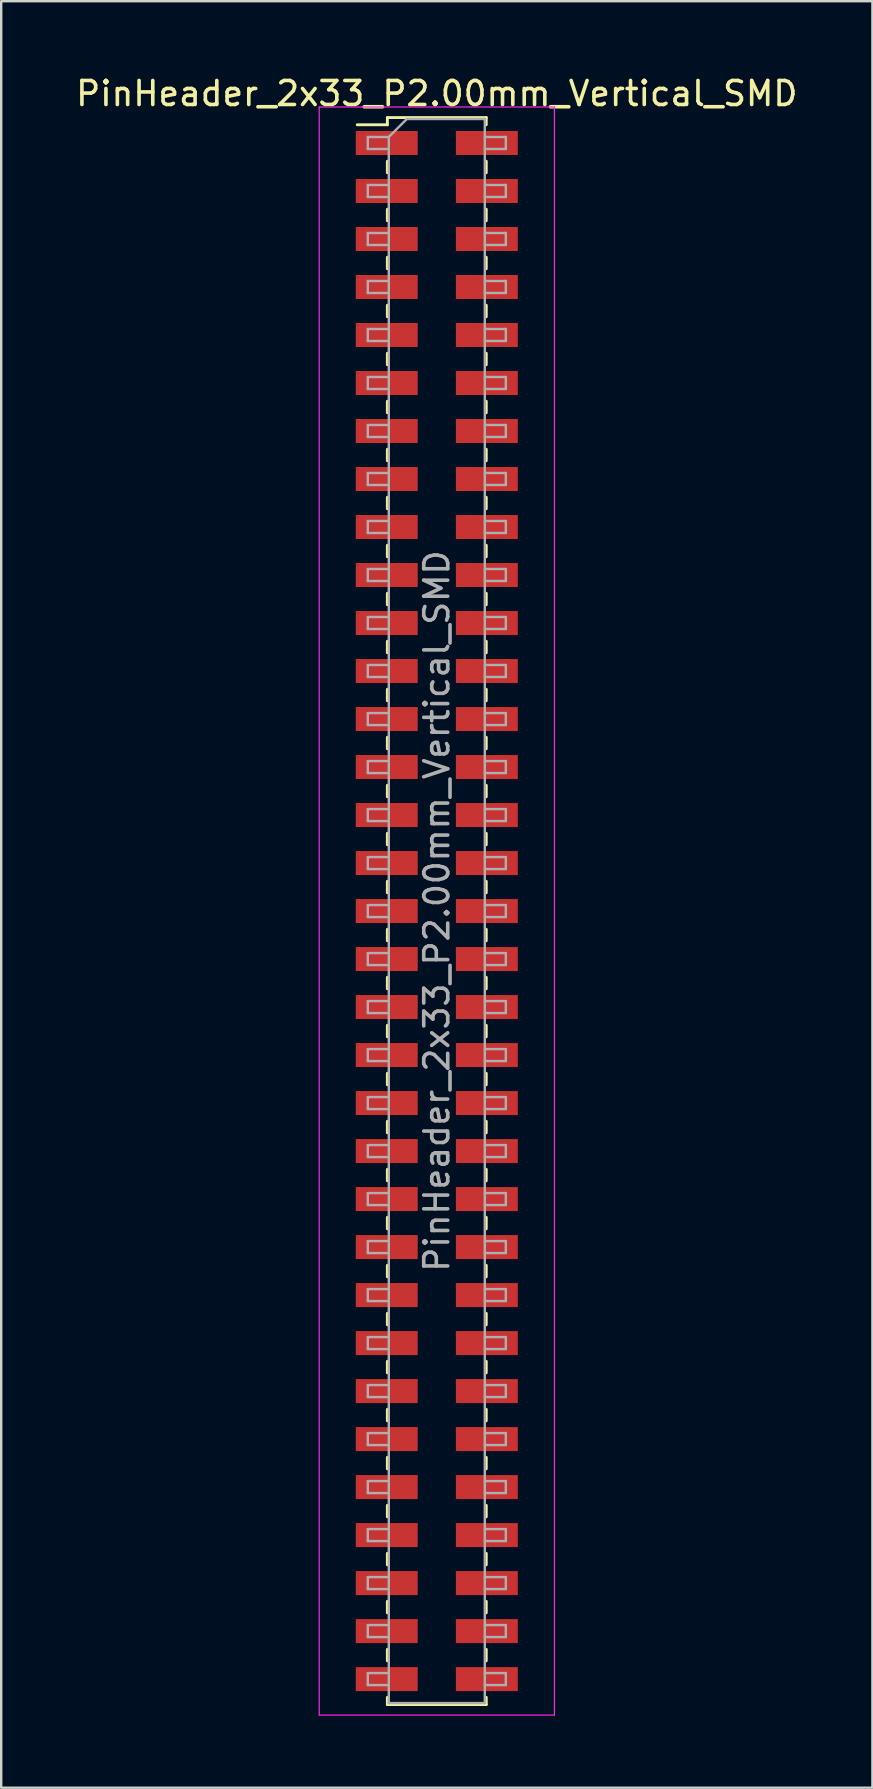
<source format=kicad_pcb>
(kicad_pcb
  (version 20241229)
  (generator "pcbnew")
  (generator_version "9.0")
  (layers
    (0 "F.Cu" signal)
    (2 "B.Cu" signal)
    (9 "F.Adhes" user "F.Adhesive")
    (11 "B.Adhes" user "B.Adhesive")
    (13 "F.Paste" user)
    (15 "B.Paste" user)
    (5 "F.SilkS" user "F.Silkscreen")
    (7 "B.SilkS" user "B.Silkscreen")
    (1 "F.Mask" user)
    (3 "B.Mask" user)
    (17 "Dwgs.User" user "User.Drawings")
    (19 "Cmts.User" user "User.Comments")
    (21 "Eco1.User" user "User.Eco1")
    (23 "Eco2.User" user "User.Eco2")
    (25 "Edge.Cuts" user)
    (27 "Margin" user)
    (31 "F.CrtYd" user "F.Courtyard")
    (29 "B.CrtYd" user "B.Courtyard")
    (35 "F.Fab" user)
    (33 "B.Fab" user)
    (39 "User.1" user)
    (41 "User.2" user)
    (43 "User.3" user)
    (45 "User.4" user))
  (footprint "PinHeader_2x33_P2.00mm_Vertical_SMD"
    (layer "F.Cu")
    (at 15.149 34.908)
    (property "Reference" "PinHeader_2x33_P2.00mm_Vertical_SMD" (at 0 -34.06 0) (layer "F.SilkS") (effects (font (size 1 1) (thickness 0.15))))
    (attr smd)
    (fp_line (start -3.315 -32.76) (end -2.06 -32.76) (stroke (width 0.12) (type solid)) (layer "F.SilkS"))
    (fp_line (start -2.06 -33.06) (end -2.06 -32.76) (stroke (width 0.12) (type solid)) (layer "F.SilkS"))
    (fp_line (start -2.06 -33.06) (end 2.06 -33.06) (stroke (width 0.12) (type solid)) (layer "F.SilkS"))
    (fp_line (start -2.06 -31.24) (end -2.06 -30.76) (stroke (width 0.12) (type solid)) (layer "F.SilkS"))
    (fp_line (start -2.06 -29.24) (end -2.06 -28.76) (stroke (width 0.12) (type solid)) (layer "F.SilkS"))
    (fp_line (start -2.06 -27.24) (end -2.06 -26.76) (stroke (width 0.12) (type solid)) (layer "F.SilkS"))
    (fp_line (start -2.06 -25.24) (end -2.06 -24.76) (stroke (width 0.12) (type solid)) (layer "F.SilkS"))
    (fp_line (start -2.06 -23.24) (end -2.06 -22.76) (stroke (width 0.12) (type solid)) (layer "F.SilkS"))
    (fp_line (start -2.06 -21.24) (end -2.06 -20.76) (stroke (width 0.12) (type solid)) (layer "F.SilkS"))
    (fp_line (start -2.06 -19.24) (end -2.06 -18.76) (stroke (width 0.12) (type solid)) (layer "F.SilkS"))
    (fp_line (start -2.06 -17.24) (end -2.06 -16.76) (stroke (width 0.12) (type solid)) (layer "F.SilkS"))
    (fp_line (start -2.06 -15.24) (end -2.06 -14.76) (stroke (width 0.12) (type solid)) (layer "F.SilkS"))
    (fp_line (start -2.06 -13.24) (end -2.06 -12.76) (stroke (width 0.12) (type solid)) (layer "F.SilkS"))
    (fp_line (start -2.06 -11.24) (end -2.06 -10.76) (stroke (width 0.12) (type solid)) (layer "F.SilkS"))
    (fp_line (start -2.06 -9.24) (end -2.06 -8.76) (stroke (width 0.12) (type solid)) (layer "F.SilkS"))
    (fp_line (start -2.06 -7.24) (end -2.06 -6.76) (stroke (width 0.12) (type solid)) (layer "F.SilkS"))
    (fp_line (start -2.06 -5.24) (end -2.06 -4.76) (stroke (width 0.12) (type solid)) (layer "F.SilkS"))
    (fp_line (start -2.06 -3.24) (end -2.06 -2.76) (stroke (width 0.12) (type solid)) (layer "F.SilkS"))
    (fp_line (start -2.06 -1.24) (end -2.06 -0.76) (stroke (width 0.12) (type solid)) (layer "F.SilkS"))
    (fp_line (start -2.06 0.76) (end -2.06 1.24) (stroke (width 0.12) (type solid)) (layer "F.SilkS"))
    (fp_line (start -2.06 2.76) (end -2.06 3.24) (stroke (width 0.12) (type solid)) (layer "F.SilkS"))
    (fp_line (start -2.06 4.76) (end -2.06 5.24) (stroke (width 0.12) (type solid)) (layer "F.SilkS"))
    (fp_line (start -2.06 6.76) (end -2.06 7.24) (stroke (width 0.12) (type solid)) (layer "F.SilkS"))
    (fp_line (start -2.06 8.76) (end -2.06 9.24) (stroke (width 0.12) (type solid)) (layer "F.SilkS"))
    (fp_line (start -2.06 10.76) (end -2.06 11.24) (stroke (width 0.12) (type solid)) (layer "F.SilkS"))
    (fp_line (start -2.06 12.76) (end -2.06 13.24) (stroke (width 0.12) (type solid)) (layer "F.SilkS"))
    (fp_line (start -2.06 14.76) (end -2.06 15.24) (stroke (width 0.12) (type solid)) (layer "F.SilkS"))
    (fp_line (start -2.06 16.76) (end -2.06 17.24) (stroke (width 0.12) (type solid)) (layer "F.SilkS"))
    (fp_line (start -2.06 18.76) (end -2.06 19.24) (stroke (width 0.12) (type solid)) (layer "F.SilkS"))
    (fp_line (start -2.06 20.76) (end -2.06 21.24) (stroke (width 0.12) (type solid)) (layer "F.SilkS"))
    (fp_line (start -2.06 22.76) (end -2.06 23.24) (stroke (width 0.12) (type solid)) (layer "F.SilkS"))
    (fp_line (start -2.06 24.76) (end -2.06 25.24) (stroke (width 0.12) (type solid)) (layer "F.SilkS"))
    (fp_line (start -2.06 26.76) (end -2.06 27.24) (stroke (width 0.12) (type solid)) (layer "F.SilkS"))
    (fp_line (start -2.06 28.76) (end -2.06 29.24) (stroke (width 0.12) (type solid)) (layer "F.SilkS"))
    (fp_line (start -2.06 30.76) (end -2.06 31.24) (stroke (width 0.12) (type solid)) (layer "F.SilkS"))
    (fp_line (start -2.06 32.76) (end -2.06 33.06) (stroke (width 0.12) (type solid)) (layer "F.SilkS"))
    (fp_line (start -2.06 33.06) (end 2.06 33.06) (stroke (width 0.12) (type solid)) (layer "F.SilkS"))
    (fp_line (start 2.06 -33.06) (end 2.06 -32.76) (stroke (width 0.12) (type solid)) (layer "F.SilkS"))
    (fp_line (start 2.06 -31.24) (end 2.06 -30.76) (stroke (width 0.12) (type solid)) (layer "F.SilkS"))
    (fp_line (start 2.06 -29.24) (end 2.06 -28.76) (stroke (width 0.12) (type solid)) (layer "F.SilkS"))
    (fp_line (start 2.06 -27.24) (end 2.06 -26.76) (stroke (width 0.12) (type solid)) (layer "F.SilkS"))
    (fp_line (start 2.06 -25.24) (end 2.06 -24.76) (stroke (width 0.12) (type solid)) (layer "F.SilkS"))
    (fp_line (start 2.06 -23.24) (end 2.06 -22.76) (stroke (width 0.12) (type solid)) (layer "F.SilkS"))
    (fp_line (start 2.06 -21.24) (end 2.06 -20.76) (stroke (width 0.12) (type solid)) (layer "F.SilkS"))
    (fp_line (start 2.06 -19.24) (end 2.06 -18.76) (stroke (width 0.12) (type solid)) (layer "F.SilkS"))
    (fp_line (start 2.06 -17.24) (end 2.06 -16.76) (stroke (width 0.12) (type solid)) (layer "F.SilkS"))
    (fp_line (start 2.06 -15.24) (end 2.06 -14.76) (stroke (width 0.12) (type solid)) (layer "F.SilkS"))
    (fp_line (start 2.06 -13.24) (end 2.06 -12.76) (stroke (width 0.12) (type solid)) (layer "F.SilkS"))
    (fp_line (start 2.06 -11.24) (end 2.06 -10.76) (stroke (width 0.12) (type solid)) (layer "F.SilkS"))
    (fp_line (start 2.06 -9.24) (end 2.06 -8.76) (stroke (width 0.12) (type solid)) (layer "F.SilkS"))
    (fp_line (start 2.06 -7.24) (end 2.06 -6.76) (stroke (width 0.12) (type solid)) (layer "F.SilkS"))
    (fp_line (start 2.06 -5.24) (end 2.06 -4.76) (stroke (width 0.12) (type solid)) (layer "F.SilkS"))
    (fp_line (start 2.06 -3.24) (end 2.06 -2.76) (stroke (width 0.12) (type solid)) (layer "F.SilkS"))
    (fp_line (start 2.06 -1.24) (end 2.06 -0.76) (stroke (width 0.12) (type solid)) (layer "F.SilkS"))
    (fp_line (start 2.06 0.76) (end 2.06 1.24) (stroke (width 0.12) (type solid)) (layer "F.SilkS"))
    (fp_line (start 2.06 2.76) (end 2.06 3.24) (stroke (width 0.12) (type solid)) (layer "F.SilkS"))
    (fp_line (start 2.06 4.76) (end 2.06 5.24) (stroke (width 0.12) (type solid)) (layer "F.SilkS"))
    (fp_line (start 2.06 6.76) (end 2.06 7.24) (stroke (width 0.12) (type solid)) (layer "F.SilkS"))
    (fp_line (start 2.06 8.76) (end 2.06 9.24) (stroke (width 0.12) (type solid)) (layer "F.SilkS"))
    (fp_line (start 2.06 10.76) (end 2.06 11.24) (stroke (width 0.12) (type solid)) (layer "F.SilkS"))
    (fp_line (start 2.06 12.76) (end 2.06 13.24) (stroke (width 0.12) (type solid)) (layer "F.SilkS"))
    (fp_line (start 2.06 14.76) (end 2.06 15.24) (stroke (width 0.12) (type solid)) (layer "F.SilkS"))
    (fp_line (start 2.06 16.76) (end 2.06 17.24) (stroke (width 0.12) (type solid)) (layer "F.SilkS"))
    (fp_line (start 2.06 18.76) (end 2.06 19.24) (stroke (width 0.12) (type solid)) (layer "F.SilkS"))
    (fp_line (start 2.06 20.76) (end 2.06 21.24) (stroke (width 0.12) (type solid)) (layer "F.SilkS"))
    (fp_line (start 2.06 22.76) (end 2.06 23.24) (stroke (width 0.12) (type solid)) (layer "F.SilkS"))
    (fp_line (start 2.06 24.76) (end 2.06 25.24) (stroke (width 0.12) (type solid)) (layer "F.SilkS"))
    (fp_line (start 2.06 26.76) (end 2.06 27.24) (stroke (width 0.12) (type solid)) (layer "F.SilkS"))
    (fp_line (start 2.06 28.76) (end 2.06 29.24) (stroke (width 0.12) (type solid)) (layer "F.SilkS"))
    (fp_line (start 2.06 30.76) (end 2.06 31.24) (stroke (width 0.12) (type solid)) (layer "F.SilkS"))
    (fp_line (start 2.06 32.76) (end 2.06 33.06) (stroke (width 0.12) (type solid)) (layer "F.SilkS"))
    (fp_line (start -4.9 -33.5) (end -4.9 33.5) (stroke (width 0.05) (type solid)) (layer "F.CrtYd"))
    (fp_line (start -4.9 33.5) (end 4.9 33.5) (stroke (width 0.05) (type solid)) (layer "F.CrtYd"))
    (fp_line (start 4.9 -33.5) (end -4.9 -33.5) (stroke (width 0.05) (type solid)) (layer "F.CrtYd"))
    (fp_line (start 4.9 33.5) (end 4.9 -33.5) (stroke (width 0.05) (type solid)) (layer "F.CrtYd"))
    (fp_line (start -2.875 -32.25) (end -2.875 -31.75) (stroke (width 0.1) (type solid)) (layer "F.Fab"))
    (fp_line (start -2.875 -31.75) (end -2 -31.75) (stroke (width 0.1) (type solid)) (layer "F.Fab"))
    (fp_line (start -2.875 -30.25) (end -2.875 -29.75) (stroke (width 0.1) (type solid)) (layer "F.Fab"))
    (fp_line (start -2.875 -29.75) (end -2 -29.75) (stroke (width 0.1) (type solid)) (layer "F.Fab"))
    (fp_line (start -2.875 -28.25) (end -2.875 -27.75) (stroke (width 0.1) (type solid)) (layer "F.Fab"))
    (fp_line (start -2.875 -27.75) (end -2 -27.75) (stroke (width 0.1) (type solid)) (layer "F.Fab"))
    (fp_line (start -2.875 -26.25) (end -2.875 -25.75) (stroke (width 0.1) (type solid)) (layer "F.Fab"))
    (fp_line (start -2.875 -25.75) (end -2 -25.75) (stroke (width 0.1) (type solid)) (layer "F.Fab"))
    (fp_line (start -2.875 -24.25) (end -2.875 -23.75) (stroke (width 0.1) (type solid)) (layer "F.Fab"))
    (fp_line (start -2.875 -23.75) (end -2 -23.75) (stroke (width 0.1) (type solid)) (layer "F.Fab"))
    (fp_line (start -2.875 -22.25) (end -2.875 -21.75) (stroke (width 0.1) (type solid)) (layer "F.Fab"))
    (fp_line (start -2.875 -21.75) (end -2 -21.75) (stroke (width 0.1) (type solid)) (layer "F.Fab"))
    (fp_line (start -2.875 -20.25) (end -2.875 -19.75) (stroke (width 0.1) (type solid)) (layer "F.Fab"))
    (fp_line (start -2.875 -19.75) (end -2 -19.75) (stroke (width 0.1) (type solid)) (layer "F.Fab"))
    (fp_line (start -2.875 -18.25) (end -2.875 -17.75) (stroke (width 0.1) (type solid)) (layer "F.Fab"))
    (fp_line (start -2.875 -17.75) (end -2 -17.75) (stroke (width 0.1) (type solid)) (layer "F.Fab"))
    (fp_line (start -2.875 -16.25) (end -2.875 -15.75) (stroke (width 0.1) (type solid)) (layer "F.Fab"))
    (fp_line (start -2.875 -15.75) (end -2 -15.75) (stroke (width 0.1) (type solid)) (layer "F.Fab"))
    (fp_line (start -2.875 -14.25) (end -2.875 -13.75) (stroke (width 0.1) (type solid)) (layer "F.Fab"))
    (fp_line (start -2.875 -13.75) (end -2 -13.75) (stroke (width 0.1) (type solid)) (layer "F.Fab"))
    (fp_line (start -2.875 -12.25) (end -2.875 -11.75) (stroke (width 0.1) (type solid)) (layer "F.Fab"))
    (fp_line (start -2.875 -11.75) (end -2 -11.75) (stroke (width 0.1) (type solid)) (layer "F.Fab"))
    (fp_line (start -2.875 -10.25) (end -2.875 -9.75) (stroke (width 0.1) (type solid)) (layer "F.Fab"))
    (fp_line (start -2.875 -9.75) (end -2 -9.75) (stroke (width 0.1) (type solid)) (layer "F.Fab"))
    (fp_line (start -2.875 -8.25) (end -2.875 -7.75) (stroke (width 0.1) (type solid)) (layer "F.Fab"))
    (fp_line (start -2.875 -7.75) (end -2 -7.75) (stroke (width 0.1) (type solid)) (layer "F.Fab"))
    (fp_line (start -2.875 -6.25) (end -2.875 -5.75) (stroke (width 0.1) (type solid)) (layer "F.Fab"))
    (fp_line (start -2.875 -5.75) (end -2 -5.75) (stroke (width 0.1) (type solid)) (layer "F.Fab"))
    (fp_line (start -2.875 -4.25) (end -2.875 -3.75) (stroke (width 0.1) (type solid)) (layer "F.Fab"))
    (fp_line (start -2.875 -3.75) (end -2 -3.75) (stroke (width 0.1) (type solid)) (layer "F.Fab"))
    (fp_line (start -2.875 -2.25) (end -2.875 -1.75) (stroke (width 0.1) (type solid)) (layer "F.Fab"))
    (fp_line (start -2.875 -1.75) (end -2 -1.75) (stroke (width 0.1) (type solid)) (layer "F.Fab"))
    (fp_line (start -2.875 -0.25) (end -2.875 0.25) (stroke (width 0.1) (type solid)) (layer "F.Fab"))
    (fp_line (start -2.875 0.25) (end -2 0.25) (stroke (width 0.1) (type solid)) (layer "F.Fab"))
    (fp_line (start -2.875 1.75) (end -2.875 2.25) (stroke (width 0.1) (type solid)) (layer "F.Fab"))
    (fp_line (start -2.875 2.25) (end -2 2.25) (stroke (width 0.1) (type solid)) (layer "F.Fab"))
    (fp_line (start -2.875 3.75) (end -2.875 4.25) (stroke (width 0.1) (type solid)) (layer "F.Fab"))
    (fp_line (start -2.875 4.25) (end -2 4.25) (stroke (width 0.1) (type solid)) (layer "F.Fab"))
    (fp_line (start -2.875 5.75) (end -2.875 6.25) (stroke (width 0.1) (type solid)) (layer "F.Fab"))
    (fp_line (start -2.875 6.25) (end -2 6.25) (stroke (width 0.1) (type solid)) (layer "F.Fab"))
    (fp_line (start -2.875 7.75) (end -2.875 8.25) (stroke (width 0.1) (type solid)) (layer "F.Fab"))
    (fp_line (start -2.875 8.25) (end -2 8.25) (stroke (width 0.1) (type solid)) (layer "F.Fab"))
    (fp_line (start -2.875 9.75) (end -2.875 10.25) (stroke (width 0.1) (type solid)) (layer "F.Fab"))
    (fp_line (start -2.875 10.25) (end -2 10.25) (stroke (width 0.1) (type solid)) (layer "F.Fab"))
    (fp_line (start -2.875 11.75) (end -2.875 12.25) (stroke (width 0.1) (type solid)) (layer "F.Fab"))
    (fp_line (start -2.875 12.25) (end -2 12.25) (stroke (width 0.1) (type solid)) (layer "F.Fab"))
    (fp_line (start -2.875 13.75) (end -2.875 14.25) (stroke (width 0.1) (type solid)) (layer "F.Fab"))
    (fp_line (start -2.875 14.25) (end -2 14.25) (stroke (width 0.1) (type solid)) (layer "F.Fab"))
    (fp_line (start -2.875 15.75) (end -2.875 16.25) (stroke (width 0.1) (type solid)) (layer "F.Fab"))
    (fp_line (start -2.875 16.25) (end -2 16.25) (stroke (width 0.1) (type solid)) (layer "F.Fab"))
    (fp_line (start -2.875 17.75) (end -2.875 18.25) (stroke (width 0.1) (type solid)) (layer "F.Fab"))
    (fp_line (start -2.875 18.25) (end -2 18.25) (stroke (width 0.1) (type solid)) (layer "F.Fab"))
    (fp_line (start -2.875 19.75) (end -2.875 20.25) (stroke (width 0.1) (type solid)) (layer "F.Fab"))
    (fp_line (start -2.875 20.25) (end -2 20.25) (stroke (width 0.1) (type solid)) (layer "F.Fab"))
    (fp_line (start -2.875 21.75) (end -2.875 22.25) (stroke (width 0.1) (type solid)) (layer "F.Fab"))
    (fp_line (start -2.875 22.25) (end -2 22.25) (stroke (width 0.1) (type solid)) (layer "F.Fab"))
    (fp_line (start -2.875 23.75) (end -2.875 24.25) (stroke (width 0.1) (type solid)) (layer "F.Fab"))
    (fp_line (start -2.875 24.25) (end -2 24.25) (stroke (width 0.1) (type solid)) (layer "F.Fab"))
    (fp_line (start -2.875 25.75) (end -2.875 26.25) (stroke (width 0.1) (type solid)) (layer "F.Fab"))
    (fp_line (start -2.875 26.25) (end -2 26.25) (stroke (width 0.1) (type solid)) (layer "F.Fab"))
    (fp_line (start -2.875 27.75) (end -2.875 28.25) (stroke (width 0.1) (type solid)) (layer "F.Fab"))
    (fp_line (start -2.875 28.25) (end -2 28.25) (stroke (width 0.1) (type solid)) (layer "F.Fab"))
    (fp_line (start -2.875 29.75) (end -2.875 30.25) (stroke (width 0.1) (type solid)) (layer "F.Fab"))
    (fp_line (start -2.875 30.25) (end -2 30.25) (stroke (width 0.1) (type solid)) (layer "F.Fab"))
    (fp_line (start -2.875 31.75) (end -2.875 32.25) (stroke (width 0.1) (type solid)) (layer "F.Fab"))
    (fp_line (start -2.875 32.25) (end -2 32.25) (stroke (width 0.1) (type solid)) (layer "F.Fab"))
    (fp_line (start -2 -32.25) (end -2.875 -32.25) (stroke (width 0.1) (type solid)) (layer "F.Fab"))
    (fp_line (start -2 -32.25) (end -1.25 -33) (stroke (width 0.1) (type solid)) (layer "F.Fab"))
    (fp_line (start -2 -30.25) (end -2.875 -30.25) (stroke (width 0.1) (type solid)) (layer "F.Fab"))
    (fp_line (start -2 -28.25) (end -2.875 -28.25) (stroke (width 0.1) (type solid)) (layer "F.Fab"))
    (fp_line (start -2 -26.25) (end -2.875 -26.25) (stroke (width 0.1) (type solid)) (layer "F.Fab"))
    (fp_line (start -2 -24.25) (end -2.875 -24.25) (stroke (width 0.1) (type solid)) (layer "F.Fab"))
    (fp_line (start -2 -22.25) (end -2.875 -22.25) (stroke (width 0.1) (type solid)) (layer "F.Fab"))
    (fp_line (start -2 -20.25) (end -2.875 -20.25) (stroke (width 0.1) (type solid)) (layer "F.Fab"))
    (fp_line (start -2 -18.25) (end -2.875 -18.25) (stroke (width 0.1) (type solid)) (layer "F.Fab"))
    (fp_line (start -2 -16.25) (end -2.875 -16.25) (stroke (width 0.1) (type solid)) (layer "F.Fab"))
    (fp_line (start -2 -14.25) (end -2.875 -14.25) (stroke (width 0.1) (type solid)) (layer "F.Fab"))
    (fp_line (start -2 -12.25) (end -2.875 -12.25) (stroke (width 0.1) (type solid)) (layer "F.Fab"))
    (fp_line (start -2 -10.25) (end -2.875 -10.25) (stroke (width 0.1) (type solid)) (layer "F.Fab"))
    (fp_line (start -2 -8.25) (end -2.875 -8.25) (stroke (width 0.1) (type solid)) (layer "F.Fab"))
    (fp_line (start -2 -6.25) (end -2.875 -6.25) (stroke (width 0.1) (type solid)) (layer "F.Fab"))
    (fp_line (start -2 -4.25) (end -2.875 -4.25) (stroke (width 0.1) (type solid)) (layer "F.Fab"))
    (fp_line (start -2 -2.25) (end -2.875 -2.25) (stroke (width 0.1) (type solid)) (layer "F.Fab"))
    (fp_line (start -2 -0.25) (end -2.875 -0.25) (stroke (width 0.1) (type solid)) (layer "F.Fab"))
    (fp_line (start -2 1.75) (end -2.875 1.75) (stroke (width 0.1) (type solid)) (layer "F.Fab"))
    (fp_line (start -2 3.75) (end -2.875 3.75) (stroke (width 0.1) (type solid)) (layer "F.Fab"))
    (fp_line (start -2 5.75) (end -2.875 5.75) (stroke (width 0.1) (type solid)) (layer "F.Fab"))
    (fp_line (start -2 7.75) (end -2.875 7.75) (stroke (width 0.1) (type solid)) (layer "F.Fab"))
    (fp_line (start -2 9.75) (end -2.875 9.75) (stroke (width 0.1) (type solid)) (layer "F.Fab"))
    (fp_line (start -2 11.75) (end -2.875 11.75) (stroke (width 0.1) (type solid)) (layer "F.Fab"))
    (fp_line (start -2 13.75) (end -2.875 13.75) (stroke (width 0.1) (type solid)) (layer "F.Fab"))
    (fp_line (start -2 15.75) (end -2.875 15.75) (stroke (width 0.1) (type solid)) (layer "F.Fab"))
    (fp_line (start -2 17.75) (end -2.875 17.75) (stroke (width 0.1) (type solid)) (layer "F.Fab"))
    (fp_line (start -2 19.75) (end -2.875 19.75) (stroke (width 0.1) (type solid)) (layer "F.Fab"))
    (fp_line (start -2 21.75) (end -2.875 21.75) (stroke (width 0.1) (type solid)) (layer "F.Fab"))
    (fp_line (start -2 23.75) (end -2.875 23.75) (stroke (width 0.1) (type solid)) (layer "F.Fab"))
    (fp_line (start -2 25.75) (end -2.875 25.75) (stroke (width 0.1) (type solid)) (layer "F.Fab"))
    (fp_line (start -2 27.75) (end -2.875 27.75) (stroke (width 0.1) (type solid)) (layer "F.Fab"))
    (fp_line (start -2 29.75) (end -2.875 29.75) (stroke (width 0.1) (type solid)) (layer "F.Fab"))
    (fp_line (start -2 31.75) (end -2.875 31.75) (stroke (width 0.1) (type solid)) (layer "F.Fab"))
    (fp_line (start -2 33) (end -2 -32.25) (stroke (width 0.1) (type solid)) (layer "F.Fab"))
    (fp_line (start -1.25 -33) (end 2 -33) (stroke (width 0.1) (type solid)) (layer "F.Fab"))
    (fp_line (start 2 -33) (end 2 33) (stroke (width 0.1) (type solid)) (layer "F.Fab"))
    (fp_line (start 2 -32.25) (end 2.875 -32.25) (stroke (width 0.1) (type solid)) (layer "F.Fab"))
    (fp_line (start 2 -30.25) (end 2.875 -30.25) (stroke (width 0.1) (type solid)) (layer "F.Fab"))
    (fp_line (start 2 -28.25) (end 2.875 -28.25) (stroke (width 0.1) (type solid)) (layer "F.Fab"))
    (fp_line (start 2 -26.25) (end 2.875 -26.25) (stroke (width 0.1) (type solid)) (layer "F.Fab"))
    (fp_line (start 2 -24.25) (end 2.875 -24.25) (stroke (width 0.1) (type solid)) (layer "F.Fab"))
    (fp_line (start 2 -22.25) (end 2.875 -22.25) (stroke (width 0.1) (type solid)) (layer "F.Fab"))
    (fp_line (start 2 -20.25) (end 2.875 -20.25) (stroke (width 0.1) (type solid)) (layer "F.Fab"))
    (fp_line (start 2 -18.25) (end 2.875 -18.25) (stroke (width 0.1) (type solid)) (layer "F.Fab"))
    (fp_line (start 2 -16.25) (end 2.875 -16.25) (stroke (width 0.1) (type solid)) (layer "F.Fab"))
    (fp_line (start 2 -14.25) (end 2.875 -14.25) (stroke (width 0.1) (type solid)) (layer "F.Fab"))
    (fp_line (start 2 -12.25) (end 2.875 -12.25) (stroke (width 0.1) (type solid)) (layer "F.Fab"))
    (fp_line (start 2 -10.25) (end 2.875 -10.25) (stroke (width 0.1) (type solid)) (layer "F.Fab"))
    (fp_line (start 2 -8.25) (end 2.875 -8.25) (stroke (width 0.1) (type solid)) (layer "F.Fab"))
    (fp_line (start 2 -6.25) (end 2.875 -6.25) (stroke (width 0.1) (type solid)) (layer "F.Fab"))
    (fp_line (start 2 -4.25) (end 2.875 -4.25) (stroke (width 0.1) (type solid)) (layer "F.Fab"))
    (fp_line (start 2 -2.25) (end 2.875 -2.25) (stroke (width 0.1) (type solid)) (layer "F.Fab"))
    (fp_line (start 2 -0.25) (end 2.875 -0.25) (stroke (width 0.1) (type solid)) (layer "F.Fab"))
    (fp_line (start 2 1.75) (end 2.875 1.75) (stroke (width 0.1) (type solid)) (layer "F.Fab"))
    (fp_line (start 2 3.75) (end 2.875 3.75) (stroke (width 0.1) (type solid)) (layer "F.Fab"))
    (fp_line (start 2 5.75) (end 2.875 5.75) (stroke (width 0.1) (type solid)) (layer "F.Fab"))
    (fp_line (start 2 7.75) (end 2.875 7.75) (stroke (width 0.1) (type solid)) (layer "F.Fab"))
    (fp_line (start 2 9.75) (end 2.875 9.75) (stroke (width 0.1) (type solid)) (layer "F.Fab"))
    (fp_line (start 2 11.75) (end 2.875 11.75) (stroke (width 0.1) (type solid)) (layer "F.Fab"))
    (fp_line (start 2 13.75) (end 2.875 13.75) (stroke (width 0.1) (type solid)) (layer "F.Fab"))
    (fp_line (start 2 15.75) (end 2.875 15.75) (stroke (width 0.1) (type solid)) (layer "F.Fab"))
    (fp_line (start 2 17.75) (end 2.875 17.75) (stroke (width 0.1) (type solid)) (layer "F.Fab"))
    (fp_line (start 2 19.75) (end 2.875 19.75) (stroke (width 0.1) (type solid)) (layer "F.Fab"))
    (fp_line (start 2 21.75) (end 2.875 21.75) (stroke (width 0.1) (type solid)) (layer "F.Fab"))
    (fp_line (start 2 23.75) (end 2.875 23.75) (stroke (width 0.1) (type solid)) (layer "F.Fab"))
    (fp_line (start 2 25.75) (end 2.875 25.75) (stroke (width 0.1) (type solid)) (layer "F.Fab"))
    (fp_line (start 2 27.75) (end 2.875 27.75) (stroke (width 0.1) (type solid)) (layer "F.Fab"))
    (fp_line (start 2 29.75) (end 2.875 29.75) (stroke (width 0.1) (type solid)) (layer "F.Fab"))
    (fp_line (start 2 31.75) (end 2.875 31.75) (stroke (width 0.1) (type solid)) (layer "F.Fab"))
    (fp_line (start 2 33) (end -2 33) (stroke (width 0.1) (type solid)) (layer "F.Fab"))
    (fp_line (start 2.875 -32.25) (end 2.875 -31.75) (stroke (width 0.1) (type solid)) (layer "F.Fab"))
    (fp_line (start 2.875 -31.75) (end 2 -31.75) (stroke (width 0.1) (type solid)) (layer "F.Fab"))
    (fp_line (start 2.875 -30.25) (end 2.875 -29.75) (stroke (width 0.1) (type solid)) (layer "F.Fab"))
    (fp_line (start 2.875 -29.75) (end 2 -29.75) (stroke (width 0.1) (type solid)) (layer "F.Fab"))
    (fp_line (start 2.875 -28.25) (end 2.875 -27.75) (stroke (width 0.1) (type solid)) (layer "F.Fab"))
    (fp_line (start 2.875 -27.75) (end 2 -27.75) (stroke (width 0.1) (type solid)) (layer "F.Fab"))
    (fp_line (start 2.875 -26.25) (end 2.875 -25.75) (stroke (width 0.1) (type solid)) (layer "F.Fab"))
    (fp_line (start 2.875 -25.75) (end 2 -25.75) (stroke (width 0.1) (type solid)) (layer "F.Fab"))
    (fp_line (start 2.875 -24.25) (end 2.875 -23.75) (stroke (width 0.1) (type solid)) (layer "F.Fab"))
    (fp_line (start 2.875 -23.75) (end 2 -23.75) (stroke (width 0.1) (type solid)) (layer "F.Fab"))
    (fp_line (start 2.875 -22.25) (end 2.875 -21.75) (stroke (width 0.1) (type solid)) (layer "F.Fab"))
    (fp_line (start 2.875 -21.75) (end 2 -21.75) (stroke (width 0.1) (type solid)) (layer "F.Fab"))
    (fp_line (start 2.875 -20.25) (end 2.875 -19.75) (stroke (width 0.1) (type solid)) (layer "F.Fab"))
    (fp_line (start 2.875 -19.75) (end 2 -19.75) (stroke (width 0.1) (type solid)) (layer "F.Fab"))
    (fp_line (start 2.875 -18.25) (end 2.875 -17.75) (stroke (width 0.1) (type solid)) (layer "F.Fab"))
    (fp_line (start 2.875 -17.75) (end 2 -17.75) (stroke (width 0.1) (type solid)) (layer "F.Fab"))
    (fp_line (start 2.875 -16.25) (end 2.875 -15.75) (stroke (width 0.1) (type solid)) (layer "F.Fab"))
    (fp_line (start 2.875 -15.75) (end 2 -15.75) (stroke (width 0.1) (type solid)) (layer "F.Fab"))
    (fp_line (start 2.875 -14.25) (end 2.875 -13.75) (stroke (width 0.1) (type solid)) (layer "F.Fab"))
    (fp_line (start 2.875 -13.75) (end 2 -13.75) (stroke (width 0.1) (type solid)) (layer "F.Fab"))
    (fp_line (start 2.875 -12.25) (end 2.875 -11.75) (stroke (width 0.1) (type solid)) (layer "F.Fab"))
    (fp_line (start 2.875 -11.75) (end 2 -11.75) (stroke (width 0.1) (type solid)) (layer "F.Fab"))
    (fp_line (start 2.875 -10.25) (end 2.875 -9.75) (stroke (width 0.1) (type solid)) (layer "F.Fab"))
    (fp_line (start 2.875 -9.75) (end 2 -9.75) (stroke (width 0.1) (type solid)) (layer "F.Fab"))
    (fp_line (start 2.875 -8.25) (end 2.875 -7.75) (stroke (width 0.1) (type solid)) (layer "F.Fab"))
    (fp_line (start 2.875 -7.75) (end 2 -7.75) (stroke (width 0.1) (type solid)) (layer "F.Fab"))
    (fp_line (start 2.875 -6.25) (end 2.875 -5.75) (stroke (width 0.1) (type solid)) (layer "F.Fab"))
    (fp_line (start 2.875 -5.75) (end 2 -5.75) (stroke (width 0.1) (type solid)) (layer "F.Fab"))
    (fp_line (start 2.875 -4.25) (end 2.875 -3.75) (stroke (width 0.1) (type solid)) (layer "F.Fab"))
    (fp_line (start 2.875 -3.75) (end 2 -3.75) (stroke (width 0.1) (type solid)) (layer "F.Fab"))
    (fp_line (start 2.875 -2.25) (end 2.875 -1.75) (stroke (width 0.1) (type solid)) (layer "F.Fab"))
    (fp_line (start 2.875 -1.75) (end 2 -1.75) (stroke (width 0.1) (type solid)) (layer "F.Fab"))
    (fp_line (start 2.875 -0.25) (end 2.875 0.25) (stroke (width 0.1) (type solid)) (layer "F.Fab"))
    (fp_line (start 2.875 0.25) (end 2 0.25) (stroke (width 0.1) (type solid)) (layer "F.Fab"))
    (fp_line (start 2.875 1.75) (end 2.875 2.25) (stroke (width 0.1) (type solid)) (layer "F.Fab"))
    (fp_line (start 2.875 2.25) (end 2 2.25) (stroke (width 0.1) (type solid)) (layer "F.Fab"))
    (fp_line (start 2.875 3.75) (end 2.875 4.25) (stroke (width 0.1) (type solid)) (layer "F.Fab"))
    (fp_line (start 2.875 4.25) (end 2 4.25) (stroke (width 0.1) (type solid)) (layer "F.Fab"))
    (fp_line (start 2.875 5.75) (end 2.875 6.25) (stroke (width 0.1) (type solid)) (layer "F.Fab"))
    (fp_line (start 2.875 6.25) (end 2 6.25) (stroke (width 0.1) (type solid)) (layer "F.Fab"))
    (fp_line (start 2.875 7.75) (end 2.875 8.25) (stroke (width 0.1) (type solid)) (layer "F.Fab"))
    (fp_line (start 2.875 8.25) (end 2 8.25) (stroke (width 0.1) (type solid)) (layer "F.Fab"))
    (fp_line (start 2.875 9.75) (end 2.875 10.25) (stroke (width 0.1) (type solid)) (layer "F.Fab"))
    (fp_line (start 2.875 10.25) (end 2 10.25) (stroke (width 0.1) (type solid)) (layer "F.Fab"))
    (fp_line (start 2.875 11.75) (end 2.875 12.25) (stroke (width 0.1) (type solid)) (layer "F.Fab"))
    (fp_line (start 2.875 12.25) (end 2 12.25) (stroke (width 0.1) (type solid)) (layer "F.Fab"))
    (fp_line (start 2.875 13.75) (end 2.875 14.25) (stroke (width 0.1) (type solid)) (layer "F.Fab"))
    (fp_line (start 2.875 14.25) (end 2 14.25) (stroke (width 0.1) (type solid)) (layer "F.Fab"))
    (fp_line (start 2.875 15.75) (end 2.875 16.25) (stroke (width 0.1) (type solid)) (layer "F.Fab"))
    (fp_line (start 2.875 16.25) (end 2 16.25) (stroke (width 0.1) (type solid)) (layer "F.Fab"))
    (fp_line (start 2.875 17.75) (end 2.875 18.25) (stroke (width 0.1) (type solid)) (layer "F.Fab"))
    (fp_line (start 2.875 18.25) (end 2 18.25) (stroke (width 0.1) (type solid)) (layer "F.Fab"))
    (fp_line (start 2.875 19.75) (end 2.875 20.25) (stroke (width 0.1) (type solid)) (layer "F.Fab"))
    (fp_line (start 2.875 20.25) (end 2 20.25) (stroke (width 0.1) (type solid)) (layer "F.Fab"))
    (fp_line (start 2.875 21.75) (end 2.875 22.25) (stroke (width 0.1) (type solid)) (layer "F.Fab"))
    (fp_line (start 2.875 22.25) (end 2 22.25) (stroke (width 0.1) (type solid)) (layer "F.Fab"))
    (fp_line (start 2.875 23.75) (end 2.875 24.25) (stroke (width 0.1) (type solid)) (layer "F.Fab"))
    (fp_line (start 2.875 24.25) (end 2 24.25) (stroke (width 0.1) (type solid)) (layer "F.Fab"))
    (fp_line (start 2.875 25.75) (end 2.875 26.25) (stroke (width 0.1) (type solid)) (layer "F.Fab"))
    (fp_line (start 2.875 26.25) (end 2 26.25) (stroke (width 0.1) (type solid)) (layer "F.Fab"))
    (fp_line (start 2.875 27.75) (end 2.875 28.25) (stroke (width 0.1) (type solid)) (layer "F.Fab"))
    (fp_line (start 2.875 28.25) (end 2 28.25) (stroke (width 0.1) (type solid)) (layer "F.Fab"))
    (fp_line (start 2.875 29.75) (end 2.875 30.25) (stroke (width 0.1) (type solid)) (layer "F.Fab"))
    (fp_line (start 2.875 30.25) (end 2 30.25) (stroke (width 0.1) (type solid)) (layer "F.Fab"))
    (fp_line (start 2.875 31.75) (end 2.875 32.25) (stroke (width 0.1) (type solid)) (layer "F.Fab"))
    (fp_line (start 2.875 32.25) (end 2 32.25) (stroke (width 0.1) (type solid)) (layer "F.Fab"))
    (fp_text user "${REFERENCE}" (at 0 0 90) (layer "F.Fab") (effects (font (size 1 1) (thickness 0.15))))
    (pad "1" smd rect (at -2.085 -32) (size 2.58 1) (layers "F.Cu" "F.Mask" "F.Paste"))
    (pad "2" smd rect (at 2.085 -32) (size 2.58 1) (layers "F.Cu" "F.Mask" "F.Paste"))
    (pad "3" smd rect (at -2.085 -30) (size 2.58 1) (layers "F.Cu" "F.Mask" "F.Paste"))
    (pad "4" smd rect (at 2.085 -30) (size 2.58 1) (layers "F.Cu" "F.Mask" "F.Paste"))
    (pad "5" smd rect (at -2.085 -28) (size 2.58 1) (layers "F.Cu" "F.Mask" "F.Paste"))
    (pad "6" smd rect (at 2.085 -28) (size 2.58 1) (layers "F.Cu" "F.Mask" "F.Paste"))
    (pad "7" smd rect (at -2.085 -26) (size 2.58 1) (layers "F.Cu" "F.Mask" "F.Paste"))
    (pad "8" smd rect (at 2.085 -26) (size 2.58 1) (layers "F.Cu" "F.Mask" "F.Paste"))
    (pad "9" smd rect (at -2.085 -24) (size 2.58 1) (layers "F.Cu" "F.Mask" "F.Paste"))
    (pad "10" smd rect (at 2.085 -24) (size 2.58 1) (layers "F.Cu" "F.Mask" "F.Paste"))
    (pad "11" smd rect (at -2.085 -22) (size 2.58 1) (layers "F.Cu" "F.Mask" "F.Paste"))
    (pad "12" smd rect (at 2.085 -22) (size 2.58 1) (layers "F.Cu" "F.Mask" "F.Paste"))
    (pad "13" smd rect (at -2.085 -20) (size 2.58 1) (layers "F.Cu" "F.Mask" "F.Paste"))
    (pad "14" smd rect (at 2.085 -20) (size 2.58 1) (layers "F.Cu" "F.Mask" "F.Paste"))
    (pad "15" smd rect (at -2.085 -18) (size 2.58 1) (layers "F.Cu" "F.Mask" "F.Paste"))
    (pad "16" smd rect (at 2.085 -18) (size 2.58 1) (layers "F.Cu" "F.Mask" "F.Paste"))
    (pad "17" smd rect (at -2.085 -16) (size 2.58 1) (layers "F.Cu" "F.Mask" "F.Paste"))
    (pad "18" smd rect (at 2.085 -16) (size 2.58 1) (layers "F.Cu" "F.Mask" "F.Paste"))
    (pad "19" smd rect (at -2.085 -14) (size 2.58 1) (layers "F.Cu" "F.Mask" "F.Paste"))
    (pad "20" smd rect (at 2.085 -14) (size 2.58 1) (layers "F.Cu" "F.Mask" "F.Paste"))
    (pad "21" smd rect (at -2.085 -12) (size 2.58 1) (layers "F.Cu" "F.Mask" "F.Paste"))
    (pad "22" smd rect (at 2.085 -12) (size 2.58 1) (layers "F.Cu" "F.Mask" "F.Paste"))
    (pad "23" smd rect (at -2.085 -10) (size 2.58 1) (layers "F.Cu" "F.Mask" "F.Paste"))
    (pad "24" smd rect (at 2.085 -10) (size 2.58 1) (layers "F.Cu" "F.Mask" "F.Paste"))
    (pad "25" smd rect (at -2.085 -8) (size 2.58 1) (layers "F.Cu" "F.Mask" "F.Paste"))
    (pad "26" smd rect (at 2.085 -8) (size 2.58 1) (layers "F.Cu" "F.Mask" "F.Paste"))
    (pad "27" smd rect (at -2.085 -6) (size 2.58 1) (layers "F.Cu" "F.Mask" "F.Paste"))
    (pad "28" smd rect (at 2.085 -6) (size 2.58 1) (layers "F.Cu" "F.Mask" "F.Paste"))
    (pad "29" smd rect (at -2.085 -4) (size 2.58 1) (layers "F.Cu" "F.Mask" "F.Paste"))
    (pad "30" smd rect (at 2.085 -4) (size 2.58 1) (layers "F.Cu" "F.Mask" "F.Paste"))
    (pad "31" smd rect (at -2.085 -2) (size 2.58 1) (layers "F.Cu" "F.Mask" "F.Paste"))
    (pad "32" smd rect (at 2.085 -2) (size 2.58 1) (layers "F.Cu" "F.Mask" "F.Paste"))
    (pad "33" smd rect (at -2.085 0) (size 2.58 1) (layers "F.Cu" "F.Mask" "F.Paste"))
    (pad "34" smd rect (at 2.085 0) (size 2.58 1) (layers "F.Cu" "F.Mask" "F.Paste"))
    (pad "35" smd rect (at -2.085 2) (size 2.58 1) (layers "F.Cu" "F.Mask" "F.Paste"))
    (pad "36" smd rect (at 2.085 2) (size 2.58 1) (layers "F.Cu" "F.Mask" "F.Paste"))
    (pad "37" smd rect (at -2.085 4) (size 2.58 1) (layers "F.Cu" "F.Mask" "F.Paste"))
    (pad "38" smd rect (at 2.085 4) (size 2.58 1) (layers "F.Cu" "F.Mask" "F.Paste"))
    (pad "39" smd rect (at -2.085 6) (size 2.58 1) (layers "F.Cu" "F.Mask" "F.Paste"))
    (pad "40" smd rect (at 2.085 6) (size 2.58 1) (layers "F.Cu" "F.Mask" "F.Paste"))
    (pad "41" smd rect (at -2.085 8) (size 2.58 1) (layers "F.Cu" "F.Mask" "F.Paste"))
    (pad "42" smd rect (at 2.085 8) (size 2.58 1) (layers "F.Cu" "F.Mask" "F.Paste"))
    (pad "43" smd rect (at -2.085 10) (size 2.58 1) (layers "F.Cu" "F.Mask" "F.Paste"))
    (pad "44" smd rect (at 2.085 10) (size 2.58 1) (layers "F.Cu" "F.Mask" "F.Paste"))
    (pad "45" smd rect (at -2.085 12) (size 2.58 1) (layers "F.Cu" "F.Mask" "F.Paste"))
    (pad "46" smd rect (at 2.085 12) (size 2.58 1) (layers "F.Cu" "F.Mask" "F.Paste"))
    (pad "47" smd rect (at -2.085 14) (size 2.58 1) (layers "F.Cu" "F.Mask" "F.Paste"))
    (pad "48" smd rect (at 2.085 14) (size 2.58 1) (layers "F.Cu" "F.Mask" "F.Paste"))
    (pad "49" smd rect (at -2.085 16) (size 2.58 1) (layers "F.Cu" "F.Mask" "F.Paste"))
    (pad "50" smd rect (at 2.085 16) (size 2.58 1) (layers "F.Cu" "F.Mask" "F.Paste"))
    (pad "51" smd rect (at -2.085 18) (size 2.58 1) (layers "F.Cu" "F.Mask" "F.Paste"))
    (pad "52" smd rect (at 2.085 18) (size 2.58 1) (layers "F.Cu" "F.Mask" "F.Paste"))
    (pad "53" smd rect (at -2.085 20) (size 2.58 1) (layers "F.Cu" "F.Mask" "F.Paste"))
    (pad "54" smd rect (at 2.085 20) (size 2.58 1) (layers "F.Cu" "F.Mask" "F.Paste"))
    (pad "55" smd rect (at -2.085 22) (size 2.58 1) (layers "F.Cu" "F.Mask" "F.Paste"))
    (pad "56" smd rect (at 2.085 22) (size 2.58 1) (layers "F.Cu" "F.Mask" "F.Paste"))
    (pad "57" smd rect (at -2.085 24) (size 2.58 1) (layers "F.Cu" "F.Mask" "F.Paste"))
    (pad "58" smd rect (at 2.085 24) (size 2.58 1) (layers "F.Cu" "F.Mask" "F.Paste"))
    (pad "59" smd rect (at -2.085 26) (size 2.58 1) (layers "F.Cu" "F.Mask" "F.Paste"))
    (pad "60" smd rect (at 2.085 26) (size 2.58 1) (layers "F.Cu" "F.Mask" "F.Paste"))
    (pad "61" smd rect (at -2.085 28) (size 2.58 1) (layers "F.Cu" "F.Mask" "F.Paste"))
    (pad "62" smd rect (at 2.085 28) (size 2.58 1) (layers "F.Cu" "F.Mask" "F.Paste"))
    (pad "63" smd rect (at -2.085 30) (size 2.58 1) (layers "F.Cu" "F.Mask" "F.Paste"))
    (pad "64" smd rect (at 2.085 30) (size 2.58 1) (layers "F.Cu" "F.Mask" "F.Paste"))
    (pad "65" smd rect (at -2.085 32) (size 2.58 1) (layers "F.Cu" "F.Mask" "F.Paste"))
    (pad "66" smd rect (at 2.085 32) (size 2.58 1) (layers "F.Cu" "F.Mask" "F.Paste")))
  (gr_rect
    (start -3 -3)
    (end 33.298 71.433)
    (stroke (width 0.1) (type default))
    (fill no)
    (layer "Edge.Cuts")))
</source>
